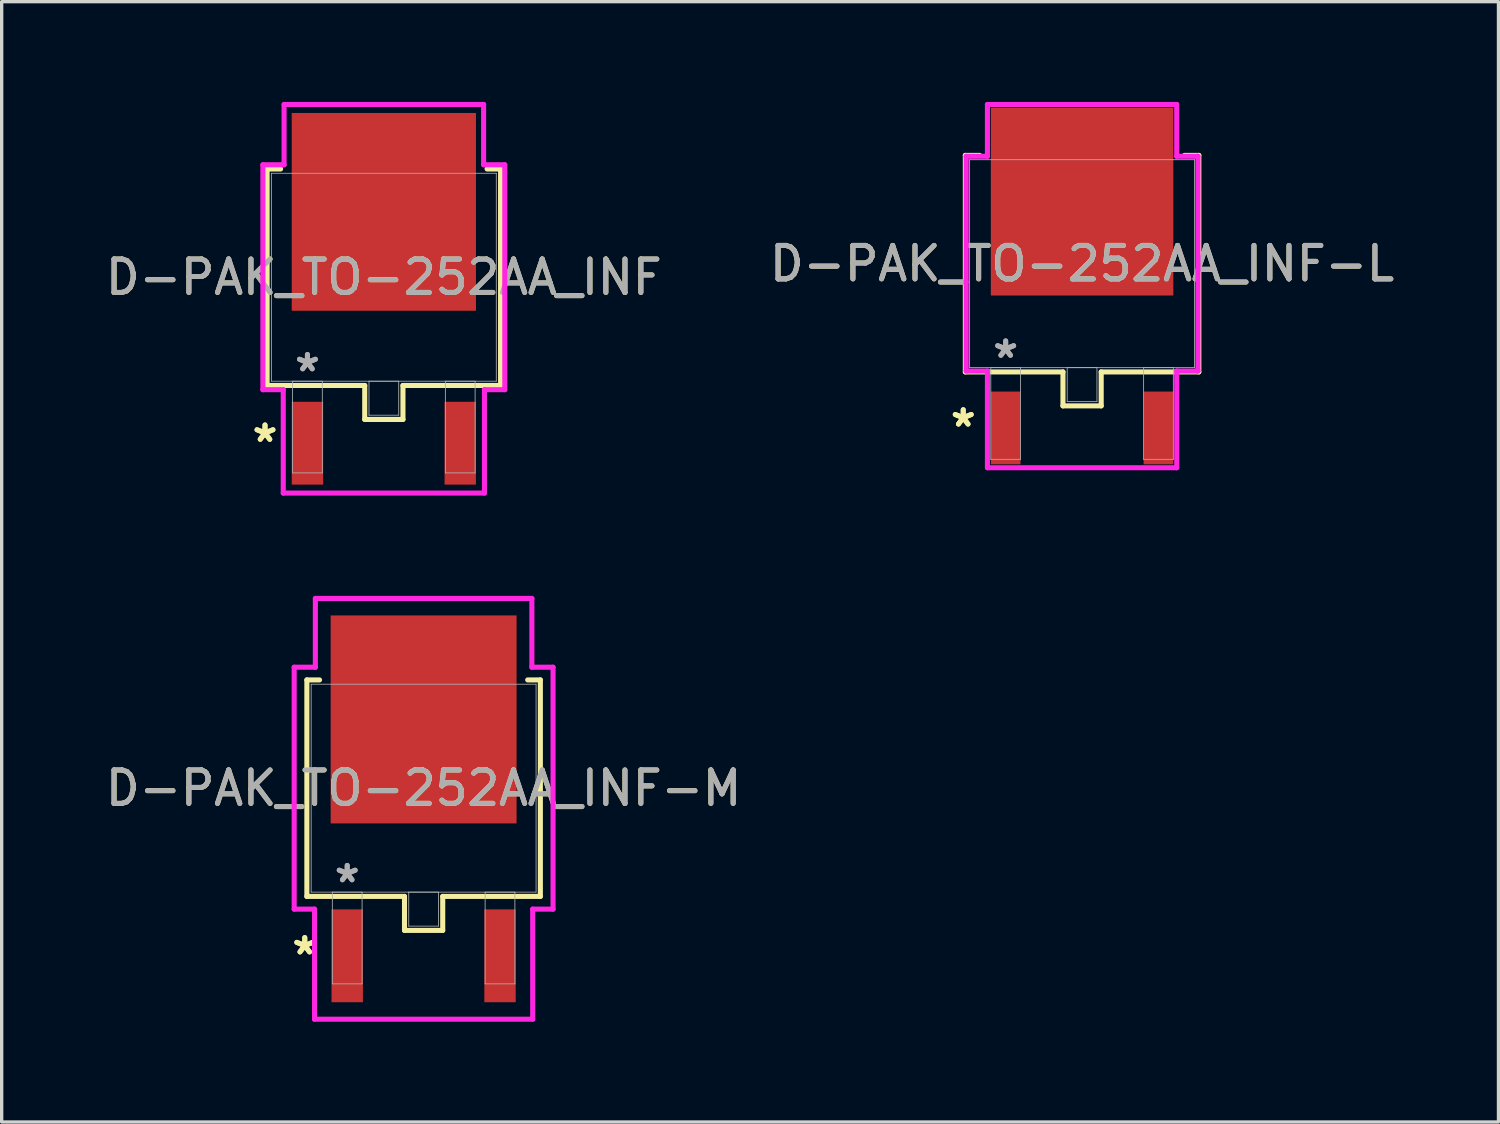
<source format=kicad_pcb>
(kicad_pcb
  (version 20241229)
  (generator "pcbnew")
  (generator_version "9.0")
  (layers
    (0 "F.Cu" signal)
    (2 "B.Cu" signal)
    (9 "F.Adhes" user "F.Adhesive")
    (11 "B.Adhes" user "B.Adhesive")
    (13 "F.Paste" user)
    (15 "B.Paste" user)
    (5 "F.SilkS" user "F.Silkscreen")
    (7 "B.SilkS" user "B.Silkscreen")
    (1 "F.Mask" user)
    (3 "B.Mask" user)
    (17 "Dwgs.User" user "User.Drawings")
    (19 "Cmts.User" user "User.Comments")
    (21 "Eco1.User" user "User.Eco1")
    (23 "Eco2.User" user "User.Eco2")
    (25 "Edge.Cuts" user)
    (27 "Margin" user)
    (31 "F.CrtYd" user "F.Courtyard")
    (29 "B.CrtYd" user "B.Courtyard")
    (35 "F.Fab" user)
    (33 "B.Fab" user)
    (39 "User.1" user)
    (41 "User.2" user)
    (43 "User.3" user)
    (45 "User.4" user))
  (footprint "D-PAK_TO-252AA_INF-L"
    (layer "F.Cu")
    (at 29.327 4.839)
    (property "Reference" "D-PAK_TO-252AA_INF-L" (at 0 0 0) (unlocked yes) (layer "F.SilkS") (effects (font (size 1 1) (thickness 0.15))))
    (attr smd)
    (fp_line (start -3.493 -3.239) (end -3.493 3.239) (stroke (width 0.152) (type solid)) (layer "F.SilkS"))
    (fp_line (start -3.493 3.239) (end -0.572 3.239) (stroke (width 0.152) (type solid)) (layer "F.SilkS"))
    (fp_line (start -3.063 -3.239) (end -3.493 -3.239) (stroke (width 0.152) (type solid)) (layer "F.SilkS"))
    (fp_line (start -0.572 3.239) (end -0.572 4.255) (stroke (width 0.152) (type solid)) (layer "F.SilkS"))
    (fp_line (start -0.572 4.255) (end 0.572 4.255) (stroke (width 0.152) (type solid)) (layer "F.SilkS"))
    (fp_line (start 0.572 3.239) (end 3.493 3.239) (stroke (width 0.152) (type solid)) (layer "F.SilkS"))
    (fp_line (start 0.572 4.255) (end 0.572 3.239) (stroke (width 0.152) (type solid)) (layer "F.SilkS"))
    (fp_line (start 3.493 -3.239) (end 3.063 -3.239) (stroke (width 0.152) (type solid)) (layer "F.SilkS"))
    (fp_line (start 3.493 3.239) (end 3.493 -3.239) (stroke (width 0.152) (type solid)) (layer "F.SilkS"))
    (fp_line (start -3.467 -3.213) (end -2.832 -3.213) (stroke (width 0.152) (type solid)) (layer "F.CrtYd"))
    (fp_line (start -3.467 3.213) (end -3.467 -3.213) (stroke (width 0.152) (type solid)) (layer "F.CrtYd"))
    (fp_line (start -2.832 -4.763) (end 2.832 -4.763) (stroke (width 0.152) (type solid)) (layer "F.CrtYd"))
    (fp_line (start -2.832 -3.213) (end -2.832 -4.763) (stroke (width 0.152) (type solid)) (layer "F.CrtYd"))
    (fp_line (start -2.832 3.213) (end -3.467 3.213) (stroke (width 0.152) (type solid)) (layer "F.CrtYd"))
    (fp_line (start -2.832 6.106) (end -2.832 3.213) (stroke (width 0.152) (type solid)) (layer "F.CrtYd"))
    (fp_line (start 2.832 -4.763) (end 2.832 -3.213) (stroke (width 0.152) (type solid)) (layer "F.CrtYd"))
    (fp_line (start 2.832 -3.213) (end 3.467 -3.213) (stroke (width 0.152) (type solid)) (layer "F.CrtYd"))
    (fp_line (start 2.832 3.213) (end 2.832 6.106) (stroke (width 0.152) (type solid)) (layer "F.CrtYd"))
    (fp_line (start 2.832 6.106) (end -2.832 6.106) (stroke (width 0.152) (type solid)) (layer "F.CrtYd"))
    (fp_line (start 3.467 -3.213) (end 3.467 3.213) (stroke (width 0.152) (type solid)) (layer "F.CrtYd"))
    (fp_line (start 3.467 3.213) (end 2.832 3.213) (stroke (width 0.152) (type solid)) (layer "F.CrtYd"))
    (fp_line (start -3.365 -3.111) (end -3.365 3.111) (stroke (width 0.025) (type solid)) (layer "F.Fab"))
    (fp_line (start -3.365 3.111) (end 3.365 3.111) (stroke (width 0.025) (type solid)) (layer "F.Fab"))
    (fp_line (start -2.731 3.111) (end -2.731 5.855) (stroke (width 0.025) (type solid)) (layer "F.Fab"))
    (fp_line (start -2.731 5.855) (end -1.841 5.855) (stroke (width 0.025) (type solid)) (layer "F.Fab"))
    (fp_line (start -1.841 3.111) (end -2.731 3.111) (stroke (width 0.025) (type solid)) (layer "F.Fab"))
    (fp_line (start -1.841 5.855) (end -1.841 3.111) (stroke (width 0.025) (type solid)) (layer "F.Fab"))
    (fp_line (start -0.445 3.111) (end -0.445 4.128) (stroke (width 0.025) (type solid)) (layer "F.Fab"))
    (fp_line (start -0.445 4.128) (end 0.445 4.128) (stroke (width 0.025) (type solid)) (layer "F.Fab"))
    (fp_line (start 0.445 3.111) (end -0.445 3.111) (stroke (width 0.025) (type solid)) (layer "F.Fab"))
    (fp_line (start 0.445 4.128) (end 0.445 3.111) (stroke (width 0.025) (type solid)) (layer "F.Fab"))
    (fp_line (start 1.841 3.111) (end 1.841 5.855) (stroke (width 0.025) (type solid)) (layer "F.Fab"))
    (fp_line (start 1.841 5.855) (end 2.731 5.855) (stroke (width 0.025) (type solid)) (layer "F.Fab"))
    (fp_line (start 2.731 3.111) (end 1.841 3.111) (stroke (width 0.025) (type solid)) (layer "F.Fab"))
    (fp_line (start 2.731 5.855) (end 2.731 3.111) (stroke (width 0.025) (type solid)) (layer "F.Fab"))
    (fp_line (start 3.365 -3.111) (end -3.365 -3.111) (stroke (width 0.025) (type solid)) (layer "F.Fab"))
    (fp_line (start 3.365 3.111) (end 3.365 -3.111) (stroke (width 0.025) (type solid)) (layer "F.Fab"))
    (fp_text user "*" (at -3.556 4.916 0) (layer "F.SilkS") (effects (font (size 1 1) (thickness 0.15))))
    (fp_text user "*" (at -3.556 4.916 0) (unlocked yes) (layer "F.SilkS") (effects (font (size 1 1) (thickness 0.15))))
    (fp_text user "*" (at -2.286 2.857 0) (unlocked yes) (layer "F.Fab") (effects (font (size 1 1) (thickness 0.15))))
    (fp_text user "${REFERENCE}" (at 0 0 0) (unlocked yes) (layer "F.Fab") (effects (font (size 1 1) (thickness 0.15))))
    (fp_text user "*" (at -2.286 2.857 0) (layer "F.Fab") (effects (font (size 1 1) (thickness 0.15))))
    (pad "1" smd rect (at -2.286 4.916) (size 0.889 2.178) (layers "F.Cu" "F.Mask" "F.Paste"))
    (pad "2" smd rect (at 0 -1.854) (size 5.461 5.613) (layers "F.Cu" "F.Mask" "F.Paste"))
    (pad "3" smd rect (at 2.286 4.916) (size 0.889 2.178) (layers "F.Cu" "F.Mask" "F.Paste")))
  (footprint "D-PAK_TO-252AA_INF"
    (layer "F.Cu")
    (at 8.435 5.245)
    (property "Reference" "D-PAK_TO-252AA_INF" (at 0 0 0) (unlocked yes) (layer "F.SilkS") (effects (font (size 1 1) (thickness 0.15))))
    (attr smd)
    (fp_line (start -3.493 -3.239) (end -3.493 3.239) (stroke (width 0.152) (type solid)) (layer "F.SilkS"))
    (fp_line (start -3.493 3.239) (end -0.572 3.239) (stroke (width 0.152) (type solid)) (layer "F.SilkS"))
    (fp_line (start -3.089 -3.239) (end -3.493 -3.239) (stroke (width 0.152) (type solid)) (layer "F.SilkS"))
    (fp_line (start -0.572 3.239) (end -0.572 4.255) (stroke (width 0.152) (type solid)) (layer "F.SilkS"))
    (fp_line (start -0.572 4.255) (end 0.572 4.255) (stroke (width 0.152) (type solid)) (layer "F.SilkS"))
    (fp_line (start 0.572 3.239) (end 3.493 3.239) (stroke (width 0.152) (type solid)) (layer "F.SilkS"))
    (fp_line (start 0.572 4.255) (end 0.572 3.239) (stroke (width 0.152) (type solid)) (layer "F.SilkS"))
    (fp_line (start 3.493 -3.239) (end 3.089 -3.239) (stroke (width 0.152) (type solid)) (layer "F.SilkS"))
    (fp_line (start 3.493 3.239) (end 3.493 -3.239) (stroke (width 0.152) (type solid)) (layer "F.SilkS"))
    (fp_line (start -3.619 -3.365) (end -2.985 -3.365) (stroke (width 0.152) (type solid)) (layer "F.CrtYd"))
    (fp_line (start -3.619 3.365) (end -3.619 -3.365) (stroke (width 0.152) (type solid)) (layer "F.CrtYd"))
    (fp_line (start -3.01 3.365) (end -3.619 3.365) (stroke (width 0.152) (type solid)) (layer "F.CrtYd"))
    (fp_line (start -3.01 6.459) (end -3.01 3.365) (stroke (width 0.152) (type solid)) (layer "F.CrtYd"))
    (fp_line (start -2.985 -5.169) (end 2.985 -5.169) (stroke (width 0.152) (type solid)) (layer "F.CrtYd"))
    (fp_line (start -2.985 -3.365) (end -2.985 -5.169) (stroke (width 0.152) (type solid)) (layer "F.CrtYd"))
    (fp_line (start 2.985 -5.169) (end 2.985 -3.365) (stroke (width 0.152) (type solid)) (layer "F.CrtYd"))
    (fp_line (start 2.985 -3.365) (end 3.619 -3.365) (stroke (width 0.152) (type solid)) (layer "F.CrtYd"))
    (fp_line (start 3.01 3.365) (end 3.01 6.459) (stroke (width 0.152) (type solid)) (layer "F.CrtYd"))
    (fp_line (start 3.01 6.459) (end -3.01 6.459) (stroke (width 0.152) (type solid)) (layer "F.CrtYd"))
    (fp_line (start 3.619 -3.365) (end 3.619 3.365) (stroke (width 0.152) (type solid)) (layer "F.CrtYd"))
    (fp_line (start 3.619 3.365) (end 3.01 3.365) (stroke (width 0.152) (type solid)) (layer "F.CrtYd"))
    (fp_line (start -3.365 -3.111) (end -3.365 3.111) (stroke (width 0.025) (type solid)) (layer "F.Fab"))
    (fp_line (start -3.365 3.111) (end 3.365 3.111) (stroke (width 0.025) (type solid)) (layer "F.Fab"))
    (fp_line (start -2.731 3.111) (end -2.731 5.855) (stroke (width 0.025) (type solid)) (layer "F.Fab"))
    (fp_line (start -2.731 5.855) (end -1.841 5.855) (stroke (width 0.025) (type solid)) (layer "F.Fab"))
    (fp_line (start -1.841 3.111) (end -2.731 3.111) (stroke (width 0.025) (type solid)) (layer "F.Fab"))
    (fp_line (start -1.841 5.855) (end -1.841 3.111) (stroke (width 0.025) (type solid)) (layer "F.Fab"))
    (fp_line (start -0.445 3.111) (end -0.445 4.128) (stroke (width 0.025) (type solid)) (layer "F.Fab"))
    (fp_line (start -0.445 4.128) (end 0.445 4.128) (stroke (width 0.025) (type solid)) (layer "F.Fab"))
    (fp_line (start 0.445 3.111) (end -0.445 3.111) (stroke (width 0.025) (type solid)) (layer "F.Fab"))
    (fp_line (start 0.445 4.128) (end 0.445 3.111) (stroke (width 0.025) (type solid)) (layer "F.Fab"))
    (fp_line (start 1.841 3.111) (end 1.841 5.855) (stroke (width 0.025) (type solid)) (layer "F.Fab"))
    (fp_line (start 1.841 5.855) (end 2.731 5.855) (stroke (width 0.025) (type solid)) (layer "F.Fab"))
    (fp_line (start 2.731 3.111) (end 1.841 3.111) (stroke (width 0.025) (type solid)) (layer "F.Fab"))
    (fp_line (start 2.731 5.855) (end 2.731 3.111) (stroke (width 0.025) (type solid)) (layer "F.Fab"))
    (fp_line (start 3.365 -3.111) (end -3.365 -3.111) (stroke (width 0.025) (type solid)) (layer "F.Fab"))
    (fp_line (start 3.365 3.111) (end 3.365 -3.111) (stroke (width 0.025) (type solid)) (layer "F.Fab"))
    (fp_text user "*" (at -3.556 4.966 0) (layer "F.SilkS") (effects (font (size 1 1) (thickness 0.15))))
    (fp_text user "*" (at -3.556 4.966 0) (unlocked yes) (layer "F.SilkS") (effects (font (size 1 1) (thickness 0.15))))
    (fp_text user "${REFERENCE}" (at 0 0 0) (unlocked yes) (layer "F.Fab") (effects (font (size 1 1) (thickness 0.15))))
    (fp_text user "*" (at -2.286 2.857 0) (unlocked yes) (layer "F.Fab") (effects (font (size 1 1) (thickness 0.15))))
    (fp_text user "*" (at -2.286 2.857 0) (layer "F.Fab") (effects (font (size 1 1) (thickness 0.15))))
    (pad "1" smd rect (at -2.286 4.966) (size 0.939 2.478) (layers "F.Cu" "F.Mask" "F.Paste"))
    (pad "2" smd rect (at 0 -1.956) (size 5.512 5.918) (layers "F.Cu" "F.Mask" "F.Paste"))
    (pad "3" smd rect (at 2.286 4.966) (size 0.939 2.478) (layers "F.Cu" "F.Mask" "F.Paste")))
  (footprint "D-PAK_TO-252AA_INF-M"
    (layer "F.Cu")
    (at 9.625 20.533)
    (property "Reference" "D-PAK_TO-252AA_INF-M" (at 0 0 0) (unlocked yes) (layer "F.SilkS") (effects (font (size 1 1) (thickness 0.15))))
    (attr smd)
    (fp_line (start -3.493 -3.239) (end -3.493 3.239) (stroke (width 0.152) (type solid)) (layer "F.SilkS"))
    (fp_line (start -3.493 3.239) (end -0.572 3.239) (stroke (width 0.152) (type solid)) (layer "F.SilkS"))
    (fp_line (start -3.114 -3.239) (end -3.493 -3.239) (stroke (width 0.152) (type solid)) (layer "F.SilkS"))
    (fp_line (start -0.572 3.239) (end -0.572 4.255) (stroke (width 0.152) (type solid)) (layer "F.SilkS"))
    (fp_line (start -0.572 4.255) (end 0.572 4.255) (stroke (width 0.152) (type solid)) (layer "F.SilkS"))
    (fp_line (start 0.572 3.239) (end 3.493 3.239) (stroke (width 0.152) (type solid)) (layer "F.SilkS"))
    (fp_line (start 0.572 4.255) (end 0.572 3.239) (stroke (width 0.152) (type solid)) (layer "F.SilkS"))
    (fp_line (start 3.493 -3.239) (end 3.114 -3.239) (stroke (width 0.152) (type solid)) (layer "F.SilkS"))
    (fp_line (start 3.493 3.239) (end 3.493 -3.239) (stroke (width 0.152) (type solid)) (layer "F.SilkS"))
    (fp_line (start -3.873 -3.619) (end -3.239 -3.619) (stroke (width 0.152) (type solid)) (layer "F.CrtYd"))
    (fp_line (start -3.873 3.619) (end -3.873 -3.619) (stroke (width 0.152) (type solid)) (layer "F.CrtYd"))
    (fp_line (start -3.264 3.619) (end -3.873 3.619) (stroke (width 0.152) (type solid)) (layer "F.CrtYd"))
    (fp_line (start -3.264 6.913) (end -3.264 3.619) (stroke (width 0.152) (type solid)) (layer "F.CrtYd"))
    (fp_line (start -3.239 -5.677) (end 3.239 -5.677) (stroke (width 0.152) (type solid)) (layer "F.CrtYd"))
    (fp_line (start -3.239 -3.619) (end -3.239 -5.677) (stroke (width 0.152) (type solid)) (layer "F.CrtYd"))
    (fp_line (start 3.239 -5.677) (end 3.239 -3.619) (stroke (width 0.152) (type solid)) (layer "F.CrtYd"))
    (fp_line (start 3.239 -3.619) (end 3.873 -3.619) (stroke (width 0.152) (type solid)) (layer "F.CrtYd"))
    (fp_line (start 3.264 3.619) (end 3.264 6.913) (stroke (width 0.152) (type solid)) (layer "F.CrtYd"))
    (fp_line (start 3.264 6.913) (end -3.264 6.913) (stroke (width 0.152) (type solid)) (layer "F.CrtYd"))
    (fp_line (start 3.873 -3.619) (end 3.873 3.619) (stroke (width 0.152) (type solid)) (layer "F.CrtYd"))
    (fp_line (start 3.873 3.619) (end 3.264 3.619) (stroke (width 0.152) (type solid)) (layer "F.CrtYd"))
    (fp_line (start -3.365 -3.111) (end -3.365 3.111) (stroke (width 0.025) (type solid)) (layer "F.Fab"))
    (fp_line (start -3.365 3.111) (end 3.365 3.111) (stroke (width 0.025) (type solid)) (layer "F.Fab"))
    (fp_line (start -2.731 3.111) (end -2.731 5.855) (stroke (width 0.025) (type solid)) (layer "F.Fab"))
    (fp_line (start -2.731 5.855) (end -1.841 5.855) (stroke (width 0.025) (type solid)) (layer "F.Fab"))
    (fp_line (start -1.841 3.111) (end -2.731 3.111) (stroke (width 0.025) (type solid)) (layer "F.Fab"))
    (fp_line (start -1.841 5.855) (end -1.841 3.111) (stroke (width 0.025) (type solid)) (layer "F.Fab"))
    (fp_line (start -0.445 3.111) (end -0.445 4.128) (stroke (width 0.025) (type solid)) (layer "F.Fab"))
    (fp_line (start -0.445 4.128) (end 0.445 4.128) (stroke (width 0.025) (type solid)) (layer "F.Fab"))
    (fp_line (start 0.445 3.111) (end -0.445 3.111) (stroke (width 0.025) (type solid)) (layer "F.Fab"))
    (fp_line (start 0.445 4.128) (end 0.445 3.111) (stroke (width 0.025) (type solid)) (layer "F.Fab"))
    (fp_line (start 1.841 3.111) (end 1.841 5.855) (stroke (width 0.025) (type solid)) (layer "F.Fab"))
    (fp_line (start 1.841 5.855) (end 2.731 5.855) (stroke (width 0.025) (type solid)) (layer "F.Fab"))
    (fp_line (start 2.731 3.111) (end 1.841 3.111) (stroke (width 0.025) (type solid)) (layer "F.Fab"))
    (fp_line (start 2.731 5.855) (end 2.731 3.111) (stroke (width 0.025) (type solid)) (layer "F.Fab"))
    (fp_line (start 3.365 -3.111) (end -3.365 -3.111) (stroke (width 0.025) (type solid)) (layer "F.Fab"))
    (fp_line (start 3.365 3.111) (end 3.365 -3.111) (stroke (width 0.025) (type solid)) (layer "F.Fab"))
    (fp_text user "*" (at -3.556 5.016 0) (unlocked yes) (layer "F.SilkS") (effects (font (size 1 1) (thickness 0.15))))
    (fp_text user "*" (at -3.556 5.016 0) (layer "F.SilkS") (effects (font (size 1 1) (thickness 0.15))))
    (fp_text user "*" (at -2.286 2.857 0) (unlocked yes) (layer "F.Fab") (effects (font (size 1 1) (thickness 0.15))))
    (fp_text user "*" (at -2.286 2.857 0) (layer "F.Fab") (effects (font (size 1 1) (thickness 0.15))))
    (fp_text user "${REFERENCE}" (at 0 0 0) (unlocked yes) (layer "F.Fab") (effects (font (size 1 1) (thickness 0.15))))
    (pad "1" smd rect (at -2.286 5.016) (size 0.939 2.778) (layers "F.Cu" "F.Mask" "F.Paste"))
    (pad "2" smd rect (at 0 -2.057) (size 5.563 6.223) (layers "F.Cu" "F.Mask" "F.Paste"))
    (pad "3" smd rect (at 2.286 5.016) (size 0.939 2.778) (layers "F.Cu" "F.Mask" "F.Paste")))
  (gr_rect
    (start -3 -3)
    (end 41.786 30.522)
    (stroke (width 0.1) (type default))
    (fill no)
    (layer "Edge.Cuts")))
</source>
